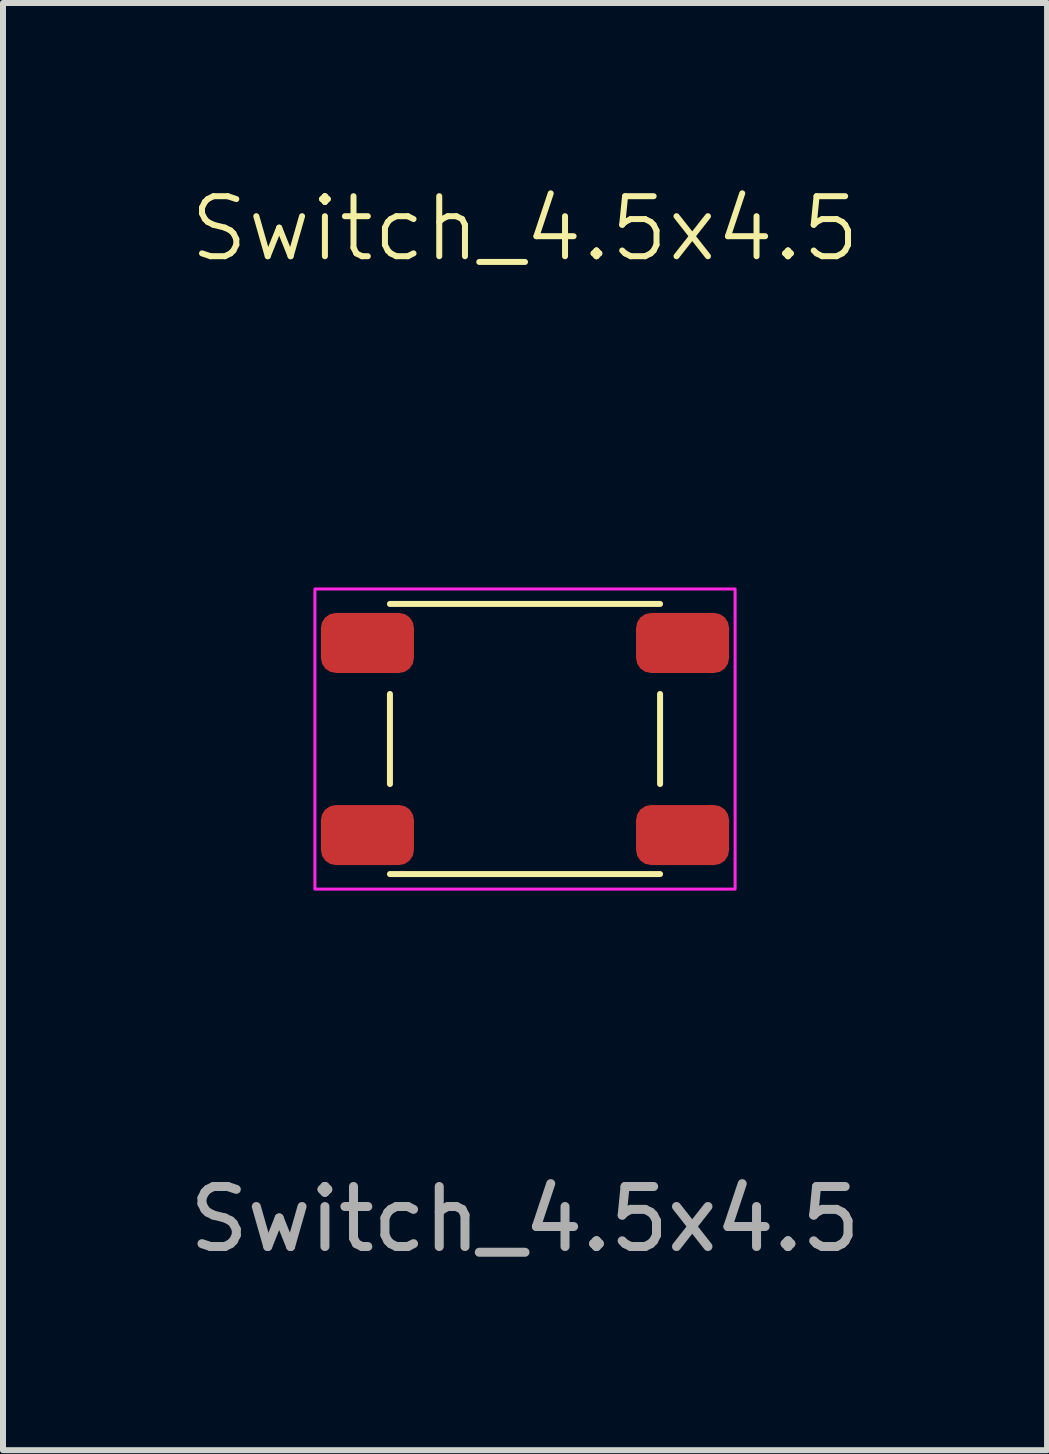
<source format=kicad_pcb>
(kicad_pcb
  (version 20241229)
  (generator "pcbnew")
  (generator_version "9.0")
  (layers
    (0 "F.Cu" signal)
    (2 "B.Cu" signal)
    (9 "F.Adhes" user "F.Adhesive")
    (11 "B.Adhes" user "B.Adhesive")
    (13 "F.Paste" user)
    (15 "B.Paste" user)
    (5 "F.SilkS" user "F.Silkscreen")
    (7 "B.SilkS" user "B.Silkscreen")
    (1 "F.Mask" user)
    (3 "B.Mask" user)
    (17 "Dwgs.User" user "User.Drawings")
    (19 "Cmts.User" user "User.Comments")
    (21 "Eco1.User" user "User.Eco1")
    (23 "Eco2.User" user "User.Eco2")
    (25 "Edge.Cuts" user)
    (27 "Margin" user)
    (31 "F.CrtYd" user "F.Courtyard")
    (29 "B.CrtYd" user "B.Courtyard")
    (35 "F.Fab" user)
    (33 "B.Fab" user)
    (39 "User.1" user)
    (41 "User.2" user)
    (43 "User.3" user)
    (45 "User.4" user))
  (footprint "Switch_4.5x4.5"
    (layer "F.Cu")
    (at 5.696 9.261)
    (property "Reference" "Switch_4.5x4.5" (at 0 -8.5 0) (unlocked yes) (layer "F.SilkS") (effects (font (size 1 1) (thickness 0.1))))
    (attr smd)
    (fp_line (start -2.25 -2.25) (end 2.25 -2.25) (stroke (width 0.1) (type default)) (layer "F.SilkS"))
    (fp_line (start -2.25 -0.75) (end -2.25 0.75) (stroke (width 0.1) (type default)) (layer "F.SilkS"))
    (fp_line (start 2.25 -0.75) (end 2.25 0.75) (stroke (width 0.1) (type default)) (layer "F.SilkS"))
    (fp_line (start 2.25 2.25) (end -2.25 2.25) (stroke (width 0.1) (type default)) (layer "F.SilkS"))
    (fp_rect (start -3.5 -2.5) (end 3.5 2.5) (stroke (width 0.05) (type default)) (fill no) (layer "F.CrtYd"))
    (fp_text user "${REFERENCE}" (at 0 8 0) (unlocked yes) (layer "F.Fab") (effects (font (size 1 1) (thickness 0.15))))
    (pad "1" smd roundrect (at -2.625 -1.6) (size 1.55 1) (layers "F.Cu" "F.Mask" "F.Paste") (roundrect_rratio 0.25))
    (pad "1" smd roundrect (at 2.625 -1.6) (size 1.55 1) (layers "F.Cu" "F.Mask" "F.Paste") (roundrect_rratio 0.25))
    (pad "2" smd roundrect (at -2.625 1.6) (size 1.55 1) (layers "F.Cu" "F.Mask" "F.Paste") (roundrect_rratio 0.25))
    (pad "2" smd roundrect (at 2.625 1.6) (size 1.55 1) (layers "F.Cu" "F.Mask" "F.Paste") (roundrect_rratio 0.25)))
  (gr_rect
    (start -3 -3)
    (end 14.393 21.109)
    (stroke (width 0.1) (type default))
    (fill no)
    (layer "Edge.Cuts")))
</source>
